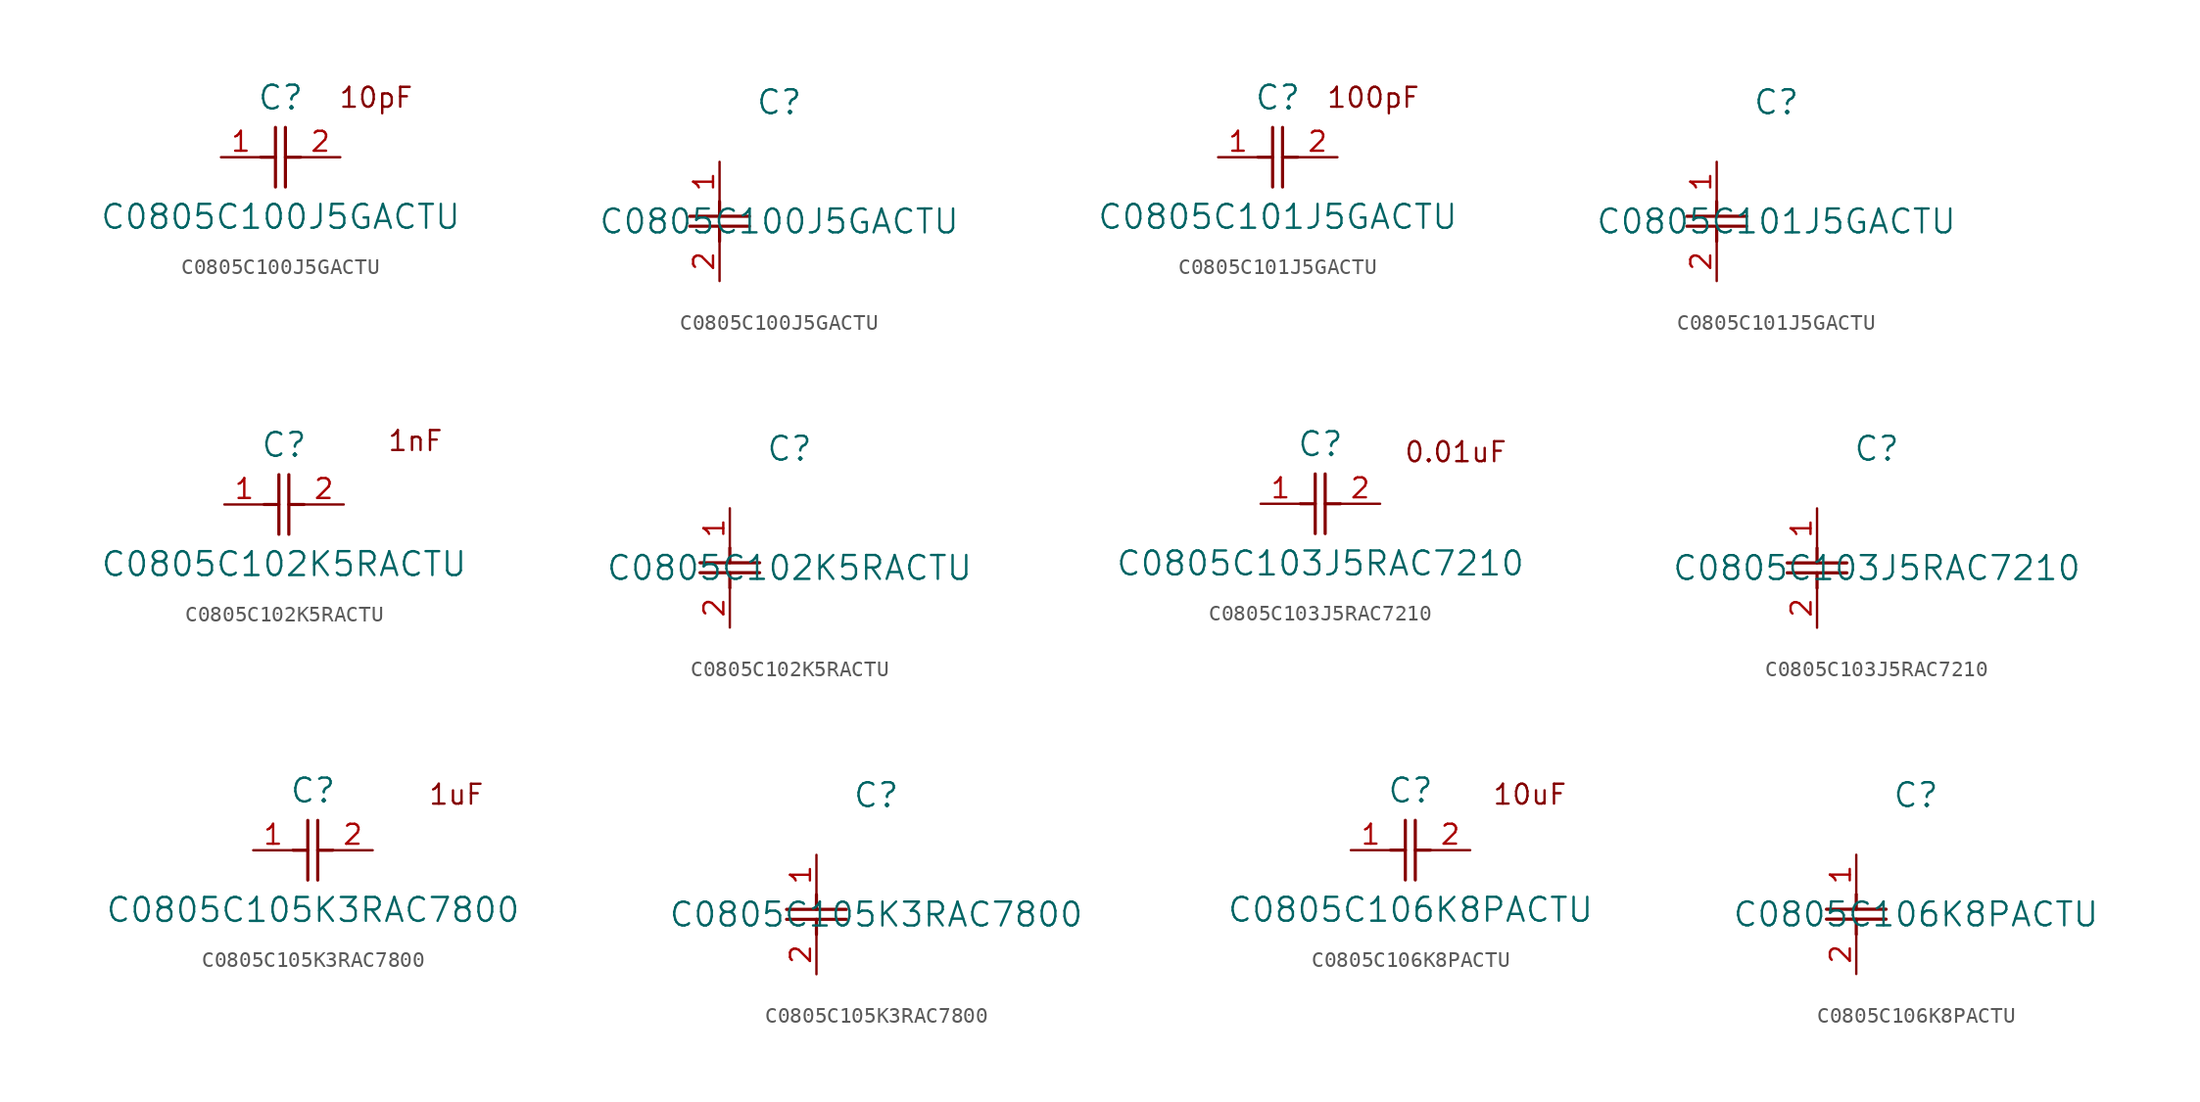
<source format=kicad_sym>
(kicad_symbol_lib
  (version 20231120)
  (generator "kicad_symbol_editor")
  (generator_version "8.0")
  (symbol "C0805C100J5GACTU"
    (pin_names
      (offset 0.254))
    (property "Reference" "C"
      (at 3.81 3.81 0)
      (effects (font (size 1.524 1.524))))
    (property "Value" "C0805C100J5GACTU"
      (at 3.81 -3.81 0)
      (effects (font (size 1.524 1.524))))
    (property "ki_locked" ""
      (at 0 0 0)
      (effects (font (size 1.27 1.27))))
    (symbol "C0805C100J5GACTU_1_1"
      (polyline (pts (xy 2.54 0) (xy 3.48 0)) (stroke (width 0.203) (type default)) (fill (type none)))
      (polyline (pts (xy 3.48 -1.905) (xy 3.48 1.905)) (stroke (width 0.203) (type default)) (fill (type none)))
      (polyline (pts (xy 4.115 -1.905) (xy 4.115 1.905)) (stroke (width 0.203) (type default)) (fill (type none)))
      (polyline (pts (xy 4.115 0) (xy 5.08 0)) (stroke (width 0.203) (type default)) (fill (type none)))
      (text "10pF" (at 9.906 3.81 0) (effects (font (size 1.27 1.27))))
      (pin unspecified line (at 0 0 0) (length 2.54) (name "" (effects (font (size 1.27 1.27)))) (number "1" (effects (font (size 1.27 1.27)))))
      (pin unspecified line (at 7.62 0 180) (length 2.54) (name "" (effects (font (size 1.27 1.27)))) (number "2" (effects (font (size 1.27 1.27))))))
    (symbol "C0805C100J5GACTU_1_2"
      (polyline (pts (xy -1.905 -4.115) (xy 1.905 -4.115)) (stroke (width 0.203) (type default)) (fill (type none)))
      (polyline (pts (xy -1.905 -3.48) (xy 1.905 -3.48)) (stroke (width 0.203) (type default)) (fill (type none)))
      (polyline (pts (xy 0 -4.115) (xy 0 -5.08)) (stroke (width 0.203) (type default)) (fill (type none)))
      (polyline (pts (xy 0 -2.54) (xy 0 -3.48)) (stroke (width 0.203) (type default)) (fill (type none)))
      (pin unspecified line (at 0 0 270) (length 2.54) (name "" (effects (font (size 1.27 1.27)))) (number "1" (effects (font (size 1.27 1.27)))))
      (pin unspecified line (at 0 -7.62 90) (length 2.54) (name "" (effects (font (size 1.27 1.27)))) (number "2" (effects (font (size 1.27 1.27)))))))
  (symbol "C0805C101J5GACTU"
    (pin_names
      (offset 0.254))
    (property "Reference" "C"
      (at 3.81 3.81 0)
      (effects (font (size 1.524 1.524))))
    (property "Value" "C0805C101J5GACTU"
      (at 3.81 -3.81 0)
      (effects (font (size 1.524 1.524))))
    (property "ki_locked" ""
      (at 0 0 0)
      (effects (font (size 1.27 1.27))))
    (symbol "C0805C101J5GACTU_1_1"
      (polyline (pts (xy 2.54 0) (xy 3.48 0)) (stroke (width 0.203) (type default)) (fill (type none)))
      (polyline (pts (xy 3.48 -1.905) (xy 3.48 1.905)) (stroke (width 0.203) (type default)) (fill (type none)))
      (polyline (pts (xy 4.115 -1.905) (xy 4.115 1.905)) (stroke (width 0.203) (type default)) (fill (type none)))
      (polyline (pts (xy 4.115 0) (xy 5.08 0)) (stroke (width 0.203) (type default)) (fill (type none)))
      (text "100pF" (at 9.906 3.81 0) (effects (font (size 1.27 1.27))))
      (pin unspecified line (at 0 0 0) (length 2.54) (name "" (effects (font (size 1.27 1.27)))) (number "1" (effects (font (size 1.27 1.27)))))
      (pin unspecified line (at 7.62 0 180) (length 2.54) (name "" (effects (font (size 1.27 1.27)))) (number "2" (effects (font (size 1.27 1.27))))))
    (symbol "C0805C101J5GACTU_1_2"
      (polyline (pts (xy -1.905 -4.115) (xy 1.905 -4.115)) (stroke (width 0.203) (type default)) (fill (type none)))
      (polyline (pts (xy -1.905 -3.48) (xy 1.905 -3.48)) (stroke (width 0.203) (type default)) (fill (type none)))
      (polyline (pts (xy 0 -4.115) (xy 0 -5.08)) (stroke (width 0.203) (type default)) (fill (type none)))
      (polyline (pts (xy 0 -2.54) (xy 0 -3.48)) (stroke (width 0.203) (type default)) (fill (type none)))
      (pin unspecified line (at 0 0 270) (length 2.54) (name "" (effects (font (size 1.27 1.27)))) (number "1" (effects (font (size 1.27 1.27)))))
      (pin unspecified line (at 0 -7.62 90) (length 2.54) (name "" (effects (font (size 1.27 1.27)))) (number "2" (effects (font (size 1.27 1.27)))))))
  (symbol "C0805C102K5RACTU"
    (pin_names
      (offset 0.254))
    (property "Reference" "C"
      (at 3.81 3.81 0)
      (effects (font (size 1.524 1.524))))
    (property "Value" "C0805C102K5RACTU"
      (at 3.81 -3.81 0)
      (effects (font (size 1.524 1.524))))
    (property "ki_locked" ""
      (at 0 0 0)
      (effects (font (size 1.27 1.27))))
    (symbol "C0805C102K5RACTU_1_1"
      (polyline (pts (xy 2.54 0) (xy 3.48 0)) (stroke (width 0.203) (type default)) (fill (type none)))
      (polyline (pts (xy 3.48 -1.905) (xy 3.48 1.905)) (stroke (width 0.203) (type default)) (fill (type none)))
      (polyline (pts (xy 4.115 -1.905) (xy 4.115 1.905)) (stroke (width 0.203) (type default)) (fill (type none)))
      (polyline (pts (xy 4.115 0) (xy 5.08 0)) (stroke (width 0.203) (type default)) (fill (type none)))
      (text "1nF" (at 12.192 4.064 0) (effects (font (size 1.27 1.27))))
      (pin unspecified line (at 0 0 0) (length 2.54) (name "" (effects (font (size 1.27 1.27)))) (number "1" (effects (font (size 1.27 1.27)))))
      (pin unspecified line (at 7.62 0 180) (length 2.54) (name "" (effects (font (size 1.27 1.27)))) (number "2" (effects (font (size 1.27 1.27))))))
    (symbol "C0805C102K5RACTU_1_2"
      (polyline (pts (xy -1.905 -4.115) (xy 1.905 -4.115)) (stroke (width 0.203) (type default)) (fill (type none)))
      (polyline (pts (xy -1.905 -3.48) (xy 1.905 -3.48)) (stroke (width 0.203) (type default)) (fill (type none)))
      (polyline (pts (xy 0 -4.115) (xy 0 -5.08)) (stroke (width 0.203) (type default)) (fill (type none)))
      (polyline (pts (xy 0 -2.54) (xy 0 -3.48)) (stroke (width 0.203) (type default)) (fill (type none)))
      (pin unspecified line (at 0 0 270) (length 2.54) (name "" (effects (font (size 1.27 1.27)))) (number "1" (effects (font (size 1.27 1.27)))))
      (pin unspecified line (at 0 -7.62 90) (length 2.54) (name "" (effects (font (size 1.27 1.27)))) (number "2" (effects (font (size 1.27 1.27)))))))
  (symbol "C0805C103J5RAC7210"
    (pin_names
      (offset 0.254))
    (property "Reference" "C"
      (at 3.81 3.81 0)
      (effects (font (size 1.524 1.524))))
    (property "Value" "C0805C103J5RAC7210"
      (at 3.81 -3.81 0)
      (effects (font (size 1.524 1.524))))
    (property "ki_locked" ""
      (at 0 0 0)
      (effects (font (size 1.27 1.27))))
    (symbol "C0805C103J5RAC7210_1_1"
      (polyline (pts (xy 2.54 0) (xy 3.48 0)) (stroke (width 0.203) (type default)) (fill (type none)))
      (polyline (pts (xy 3.48 -1.905) (xy 3.48 1.905)) (stroke (width 0.203) (type default)) (fill (type none)))
      (polyline (pts (xy 4.115 -1.905) (xy 4.115 1.905)) (stroke (width 0.203) (type default)) (fill (type none)))
      (polyline (pts (xy 4.115 0) (xy 5.08 0)) (stroke (width 0.203) (type default)) (fill (type none)))
      (text "0.01uF" (at 12.446 3.302 0) (effects (font (size 1.27 1.27))))
      (pin unspecified line (at 0 0 0) (length 2.54) (name "" (effects (font (size 1.27 1.27)))) (number "1" (effects (font (size 1.27 1.27)))))
      (pin unspecified line (at 7.62 0 180) (length 2.54) (name "" (effects (font (size 1.27 1.27)))) (number "2" (effects (font (size 1.27 1.27))))))
    (symbol "C0805C103J5RAC7210_1_2"
      (polyline (pts (xy -1.905 -4.115) (xy 1.905 -4.115)) (stroke (width 0.203) (type default)) (fill (type none)))
      (polyline (pts (xy -1.905 -3.48) (xy 1.905 -3.48)) (stroke (width 0.203) (type default)) (fill (type none)))
      (polyline (pts (xy 0 -4.115) (xy 0 -5.08)) (stroke (width 0.203) (type default)) (fill (type none)))
      (polyline (pts (xy 0 -2.54) (xy 0 -3.48)) (stroke (width 0.203) (type default)) (fill (type none)))
      (pin unspecified line (at 0 0 270) (length 2.54) (name "" (effects (font (size 1.27 1.27)))) (number "1" (effects (font (size 1.27 1.27)))))
      (pin unspecified line (at 0 -7.62 90) (length 2.54) (name "" (effects (font (size 1.27 1.27)))) (number "2" (effects (font (size 1.27 1.27)))))))
  (symbol "C0805C105K3RAC7800"
    (pin_names
      (offset 0.254))
    (property "Reference" "C"
      (at 3.81 3.81 0)
      (effects (font (size 1.524 1.524))))
    (property "Value" "C0805C105K3RAC7800"
      (at 3.81 -3.81 0)
      (effects (font (size 1.524 1.524))))
    (property "ki_locked" ""
      (at 0 0 0)
      (effects (font (size 1.27 1.27))))
    (symbol "C0805C105K3RAC7800_1_1"
      (polyline (pts (xy 2.54 0) (xy 3.48 0)) (stroke (width 0.203) (type default)) (fill (type none)))
      (polyline (pts (xy 3.48 -1.905) (xy 3.48 1.905)) (stroke (width 0.203) (type default)) (fill (type none)))
      (polyline (pts (xy 4.115 -1.905) (xy 4.115 1.905)) (stroke (width 0.203) (type default)) (fill (type none)))
      (polyline (pts (xy 4.115 0) (xy 5.08 0)) (stroke (width 0.203) (type default)) (fill (type none)))
      (text "1uF" (at 12.954 3.556 0) (effects (font (size 1.27 1.27))))
      (pin unspecified line (at 0 0 0) (length 2.54) (name "" (effects (font (size 1.27 1.27)))) (number "1" (effects (font (size 1.27 1.27)))))
      (pin unspecified line (at 7.62 0 180) (length 2.54) (name "" (effects (font (size 1.27 1.27)))) (number "2" (effects (font (size 1.27 1.27))))))
    (symbol "C0805C105K3RAC7800_1_2"
      (polyline (pts (xy -1.905 -4.115) (xy 1.905 -4.115)) (stroke (width 0.203) (type default)) (fill (type none)))
      (polyline (pts (xy -1.905 -3.48) (xy 1.905 -3.48)) (stroke (width 0.203) (type default)) (fill (type none)))
      (polyline (pts (xy 0 -4.115) (xy 0 -5.08)) (stroke (width 0.203) (type default)) (fill (type none)))
      (polyline (pts (xy 0 -2.54) (xy 0 -3.48)) (stroke (width 0.203) (type default)) (fill (type none)))
      (pin unspecified line (at 0 0 270) (length 2.54) (name "" (effects (font (size 1.27 1.27)))) (number "1" (effects (font (size 1.27 1.27)))))
      (pin unspecified line (at 0 -7.62 90) (length 2.54) (name "" (effects (font (size 1.27 1.27)))) (number "2" (effects (font (size 1.27 1.27)))))))
  (symbol "C0805C106K8PACTU"
    (pin_names
      (offset 0.254))
    (property "Reference" "C"
      (at 3.81 3.81 0)
      (effects (font (size 1.524 1.524))))
    (property "Value" "C0805C106K8PACTU"
      (at 3.81 -3.81 0)
      (effects (font (size 1.524 1.524))))
    (property "ki_locked" ""
      (at 0 0 0)
      (effects (font (size 1.27 1.27))))
    (symbol "C0805C106K8PACTU_1_1"
      (polyline (pts (xy 2.54 0) (xy 3.48 0)) (stroke (width 0.203) (type default)) (fill (type none)))
      (polyline (pts (xy 3.48 -1.905) (xy 3.48 1.905)) (stroke (width 0.203) (type default)) (fill (type none)))
      (polyline (pts (xy 4.115 -1.905) (xy 4.115 1.905)) (stroke (width 0.203) (type default)) (fill (type none)))
      (polyline (pts (xy 4.115 0) (xy 5.08 0)) (stroke (width 0.203) (type default)) (fill (type none)))
      (text "10uF" (at 11.43 3.556 0) (effects (font (size 1.27 1.27))))
      (pin unspecified line (at 0 0 0) (length 2.54) (name "" (effects (font (size 1.27 1.27)))) (number "1" (effects (font (size 1.27 1.27)))))
      (pin unspecified line (at 7.62 0 180) (length 2.54) (name "" (effects (font (size 1.27 1.27)))) (number "2" (effects (font (size 1.27 1.27))))))
    (symbol "C0805C106K8PACTU_1_2"
      (polyline (pts (xy -1.905 -4.115) (xy 1.905 -4.115)) (stroke (width 0.203) (type default)) (fill (type none)))
      (polyline (pts (xy -1.905 -3.48) (xy 1.905 -3.48)) (stroke (width 0.203) (type default)) (fill (type none)))
      (polyline (pts (xy 0 -4.115) (xy 0 -5.08)) (stroke (width 0.203) (type default)) (fill (type none)))
      (polyline (pts (xy 0 -2.54) (xy 0 -3.48)) (stroke (width 0.203) (type default)) (fill (type none)))
      (pin unspecified line (at 0 0 270) (length 2.54) (name "" (effects (font (size 1.27 1.27)))) (number "1" (effects (font (size 1.27 1.27)))))
      (pin unspecified line (at 0 -7.62 90) (length 2.54) (name "" (effects (font (size 1.27 1.27)))) (number "2" (effects (font (size 1.27 1.27))))))))
</source>
